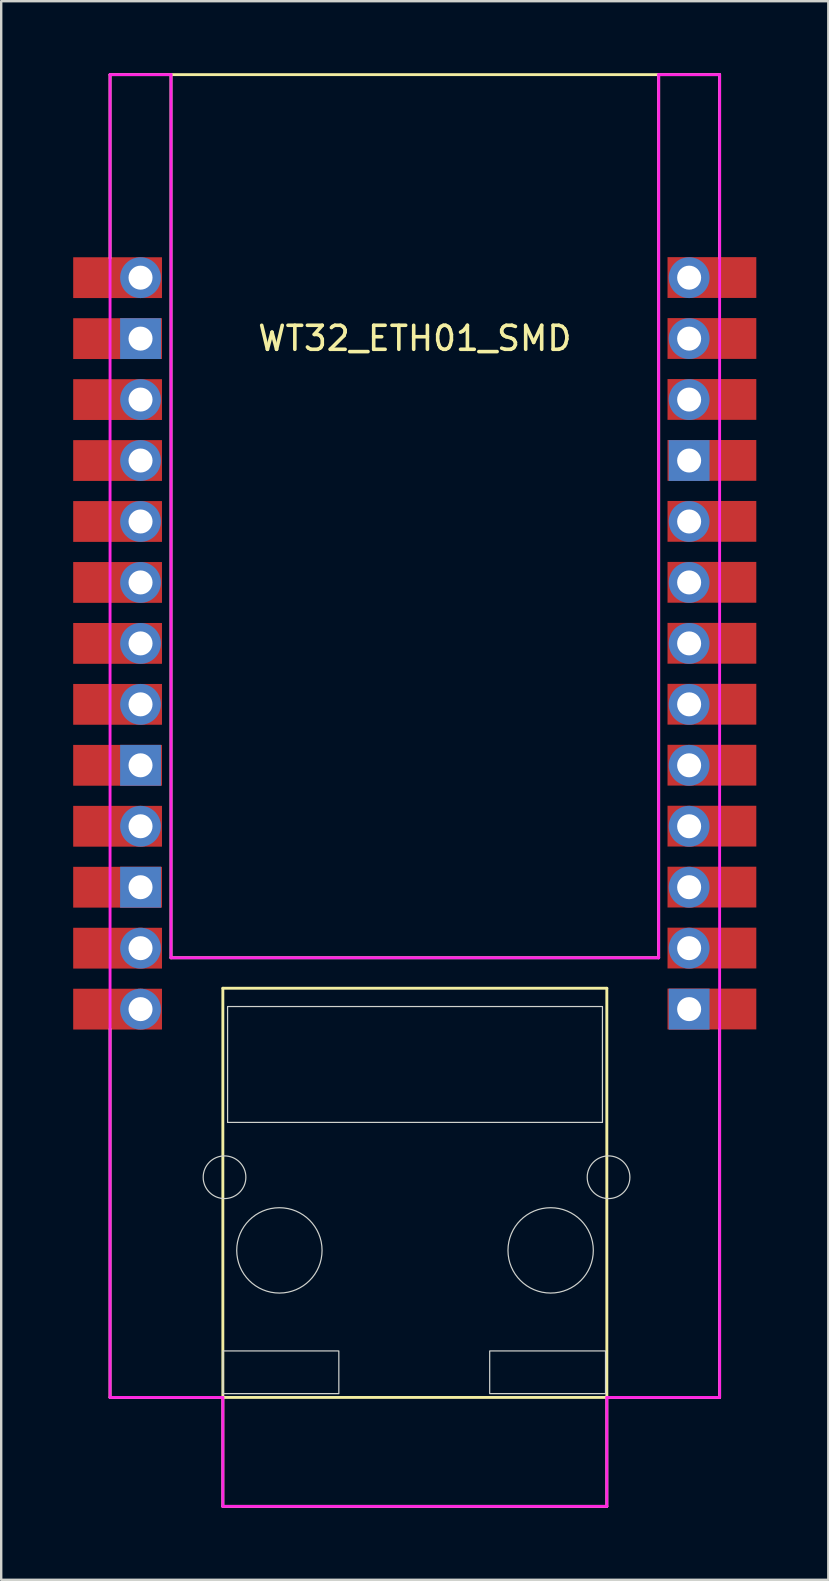
<source format=kicad_pcb>
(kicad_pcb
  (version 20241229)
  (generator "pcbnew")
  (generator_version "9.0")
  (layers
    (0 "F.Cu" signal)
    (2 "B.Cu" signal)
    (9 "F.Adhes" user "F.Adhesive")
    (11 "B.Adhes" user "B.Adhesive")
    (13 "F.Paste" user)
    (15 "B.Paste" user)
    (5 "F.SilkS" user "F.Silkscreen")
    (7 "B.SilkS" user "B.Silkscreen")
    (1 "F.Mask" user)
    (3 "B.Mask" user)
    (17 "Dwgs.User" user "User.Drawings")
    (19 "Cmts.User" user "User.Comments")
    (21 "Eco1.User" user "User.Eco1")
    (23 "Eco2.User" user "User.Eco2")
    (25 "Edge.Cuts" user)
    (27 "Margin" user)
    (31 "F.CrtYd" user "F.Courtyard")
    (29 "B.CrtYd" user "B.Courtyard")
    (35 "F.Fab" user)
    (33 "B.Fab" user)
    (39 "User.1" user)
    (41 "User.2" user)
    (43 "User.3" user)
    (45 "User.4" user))
  (footprint "WT32_ETH01_SMD"
    (layer "F.Cu")
    (at 14.942 4.73)
    (property "Reference" "WT32_ETH01_SMD" (at -0.706 6.32 0) (layer "F.SilkS") (effects (font (size 1 1) (thickness 0.15))))
    (attr through_hole)
    (fp_line (start -13.406 -4.67) (end -13.406 2.972) (stroke (width 0.12) (type default)) (layer "F.SilkS"))
    (fp_line (start -13.406 -4.67) (end 11.994 -4.67) (stroke (width 0.12) (type solid)) (layer "F.SilkS"))
    (fp_line (start -13.406 50.45) (end -13.406 35.103) (stroke (width 0.12) (type solid)) (layer "F.SilkS"))
    (fp_line (start -10.866 -4.67) (end -10.866 32.13) (stroke (width 0.12) (type solid)) (layer "F.SilkS"))
    (fp_line (start -8.706 33.4) (end -8.706 54.99) (stroke (width 0.12) (type solid)) (layer "F.SilkS"))
    (fp_line (start -8.706 33.4) (end 7.294 33.4) (stroke (width 0.12) (type solid)) (layer "F.SilkS"))
    (fp_line (start -8.706 54.99) (end 7.294 54.99) (stroke (width 0.12) (type solid)) (layer "F.SilkS"))
    (fp_line (start 7.294 33.4) (end 7.294 54.99) (stroke (width 0.12) (type solid)) (layer "F.SilkS"))
    (fp_line (start 9.454 -4.67) (end 9.454 32.13) (stroke (width 0.12) (type solid)) (layer "F.SilkS"))
    (fp_line (start 9.454 32.13) (end -10.866 32.13) (stroke (width 0.12) (type solid)) (layer "F.SilkS"))
    (fp_line (start 11.994 -4.67) (end 11.994 2.972) (stroke (width 0.12) (type default)) (layer "F.SilkS"))
    (fp_line (start 11.994 35.103) (end 11.994 50.45) (stroke (width 0.12) (type solid)) (layer "F.SilkS"))
    (fp_line (start 11.994 50.45) (end -13.406 50.45) (stroke (width 0.12) (type solid)) (layer "F.SilkS"))
    (fp_line (start -8.509 34.163) (end -8.509 38.989) (stroke (width 0.05) (type default)) (layer "Edge.Cuts"))
    (fp_line (start -8.509 38.989) (end 7.112 38.989) (stroke (width 0.05) (type default)) (layer "Edge.Cuts"))
    (fp_line (start 7.112 34.163) (end -8.509 34.163) (stroke (width 0.05) (type default)) (layer "Edge.Cuts"))
    (fp_line (start 7.112 38.989) (end 7.112 34.163) (stroke (width 0.05) (type default)) (layer "Edge.Cuts"))
    (fp_rect (start -8.7 48.514) (end -3.873 50.292) (stroke (width 0.05) (type default)) (fill no) (layer "Edge.Cuts"))
    (fp_rect (start 2.413 48.514) (end 7.239 50.292) (stroke (width 0.05) (type default)) (fill no) (layer "Edge.Cuts"))
    (fp_circle (center -8.636 41.275) (end -7.747 41.275) (stroke (width 0.05) (type default)) (fill no) (layer "Edge.Cuts"))
    (fp_circle (center -6.35 44.323) (end -6.35 42.545) (stroke (width 0.05) (type default)) (fill no) (layer "Edge.Cuts"))
    (fp_circle (center 4.953 44.323) (end 6.731 44.323) (stroke (width 0.05) (type solid)) (fill no) (layer "Edge.Cuts"))
    (fp_circle (center 7.366 41.275) (end 8.255 41.275) (stroke (width 0.05) (type default)) (fill no) (layer "Edge.Cuts"))
    (fp_line (start -13.406 50.45) (end -13.406 -4.67) (stroke (width 0.12) (type solid)) (layer "F.CrtYd"))
    (fp_line (start -10.866 -4.67) (end -13.406 -4.67) (stroke (width 0.12) (type solid)) (layer "F.CrtYd"))
    (fp_line (start -10.866 -4.67) (end -10.866 32.13) (stroke (width 0.12) (type solid)) (layer "F.CrtYd"))
    (fp_line (start -8.706 50.45) (end -13.406 50.45) (stroke (width 0.12) (type solid)) (layer "F.CrtYd"))
    (fp_line (start -8.706 50.45) (end -8.706 54.99) (stroke (width 0.12) (type solid)) (layer "F.CrtYd"))
    (fp_line (start -8.706 54.99) (end 7.294 54.99) (stroke (width 0.12) (type solid)) (layer "F.CrtYd"))
    (fp_line (start 7.294 50.45) (end 7.294 54.99) (stroke (width 0.12) (type solid)) (layer "F.CrtYd"))
    (fp_line (start 9.454 -4.67) (end 9.454 32.13) (stroke (width 0.12) (type solid)) (layer "F.CrtYd"))
    (fp_line (start 9.454 -4.67) (end 11.994 -4.67) (stroke (width 0.12) (type solid)) (layer "F.CrtYd"))
    (fp_line (start 9.454 32.13) (end -10.866 32.13) (stroke (width 0.12) (type solid)) (layer "F.CrtYd"))
    (fp_line (start 11.994 -4.67) (end 11.994 50.45) (stroke (width 0.12) (type solid)) (layer "F.CrtYd"))
    (fp_line (start 11.994 50.45) (end 7.294 50.45) (stroke (width 0.12) (type solid)) (layer "F.CrtYd"))
    (pad "1" smd rect (at -12.192 3.79) (size 3.7 1.7) (drill (offset -0.9 0)) (layers "F.Cu" "F.Mask"))
    (pad "1" thru_hole circle (at -12.136 3.79) (size 1.7 1.7) (drill 1) (layers "*.Cu" "*.Mask"))
    (pad "2" smd rect (at -12.192 6.33) (size 3.7 1.7) (drill (offset -0.9 0)) (layers "F.Cu" "F.Mask"))
    (pad "2" thru_hole rect (at -12.136 6.33) (size 1.7 1.7) (drill 1) (layers "*.Cu" "*.Mask"))
    (pad "3" smd rect (at -12.192 8.87) (size 3.7 1.7) (drill (offset -0.9 0)) (layers "F.Cu" "F.Mask"))
    (pad "3" thru_hole circle (at -12.136 8.87) (size 1.7 1.7) (drill 1) (layers "*.Cu" "*.Mask"))
    (pad "4" smd rect (at -12.192 11.41) (size 3.7 1.7) (drill (offset -0.9 0)) (layers "F.Cu" "F.Mask"))
    (pad "4" thru_hole circle (at -12.136 11.41) (size 1.7 1.7) (drill 1) (layers "*.Cu" "*.Mask"))
    (pad "5" smd rect (at -12.192 13.95) (size 3.7 1.7) (drill (offset -0.9 0)) (layers "F.Cu" "F.Mask"))
    (pad "5" thru_hole circle (at -12.136 13.95) (size 1.7 1.7) (drill 1) (layers "*.Cu" "*.Mask"))
    (pad "6" smd rect (at -12.192 16.49) (size 3.7 1.7) (drill (offset -0.9 0)) (layers "F.Cu" "F.Mask"))
    (pad "6" thru_hole circle (at -12.136 16.49) (size 1.7 1.7) (drill 1) (layers "*.Cu" "*.Mask"))
    (pad "7" smd rect (at -12.192 19.03) (size 3.7 1.7) (drill (offset -0.9 0)) (layers "F.Cu" "F.Mask"))
    (pad "7" thru_hole circle (at -12.136 19.03) (size 1.7 1.7) (drill 1) (layers "*.Cu" "*.Mask"))
    (pad "8" smd rect (at -12.192 21.57) (size 3.7 1.7) (drill (offset -0.9 0)) (layers "F.Cu" "F.Mask"))
    (pad "8" thru_hole circle (at -12.136 21.57) (size 1.7 1.7) (drill 1) (layers "*.Cu" "*.Mask"))
    (pad "9" smd rect (at -12.192 24.11) (size 3.7 1.7) (drill (offset -0.9 0)) (layers "F.Cu" "F.Mask"))
    (pad "9" thru_hole rect (at -12.136 24.11) (size 1.7 1.7) (drill 1) (layers "*.Cu" "*.Mask"))
    (pad "10" smd rect (at -12.192 26.65) (size 3.7 1.7) (drill (offset -0.9 0)) (layers "F.Cu" "F.Mask"))
    (pad "10" thru_hole circle (at -12.136 26.65) (size 1.7 1.7) (drill 1) (layers "*.Cu" "*.Mask"))
    (pad "11" smd rect (at -12.192 29.19) (size 3.7 1.7) (drill (offset -0.9 0)) (layers "F.Cu" "F.Mask"))
    (pad "11" thru_hole rect (at -12.136 29.19) (size 1.7 1.7) (drill 1) (layers "*.Cu" "*.Mask"))
    (pad "12" smd rect (at -12.192 31.73) (size 3.7 1.7) (drill (offset -0.9 0)) (layers "F.Cu" "F.Mask"))
    (pad "12" thru_hole circle (at -12.136 31.73) (size 1.7 1.7) (drill 1) (layers "*.Cu" "*.Mask"))
    (pad "13" smd rect (at -12.192 34.27) (size 3.7 1.7) (drill (offset -0.9 0)) (layers "F.Cu" "F.Mask"))
    (pad "13" thru_hole circle (at -12.136 34.27) (size 1.7 1.7) (drill 1) (layers "*.Cu" "*.Mask"))
    (pad "14" thru_hole circle (at 10.724 3.79) (size 1.7 1.7) (drill 1) (layers "*.Cu" "*.Mask"))
    (pad "14" smd rect (at 12.573 3.785) (size 3.7 1.7) (drill (offset -0.9 0)) (layers "F.Cu" "F.Mask"))
    (pad "15" thru_hole circle (at 10.724 6.33) (size 1.7 1.7) (drill 1) (layers "*.Cu" "*.Mask"))
    (pad "15" smd rect (at 12.573 6.325) (size 3.7 1.7) (drill (offset -0.9 0)) (layers "F.Cu" "F.Mask"))
    (pad "16" thru_hole circle (at 10.724 8.87) (size 1.7 1.7) (drill 1) (layers "*.Cu" "*.Mask"))
    (pad "16" smd rect (at 12.573 8.865) (size 3.7 1.7) (drill (offset -0.9 0)) (layers "F.Cu" "F.Mask"))
    (pad "17" thru_hole rect (at 10.724 11.41) (size 1.7 1.7) (drill 1) (layers "*.Cu" "*.Mask"))
    (pad "17" smd rect (at 12.573 11.405) (size 3.7 1.7) (drill (offset -0.9 0)) (layers "F.Cu" "F.Mask"))
    (pad "18" thru_hole circle (at 10.724 13.95) (size 1.7 1.7) (drill 1) (layers "*.Cu" "*.Mask"))
    (pad "18" smd rect (at 12.573 13.945) (size 3.7 1.7) (drill (offset -0.9 0)) (layers "F.Cu" "F.Mask"))
    (pad "19" thru_hole circle (at 10.724 16.49) (size 1.7 1.7) (drill 1) (layers "*.Cu" "*.Mask"))
    (pad "19" smd rect (at 12.573 16.485) (size 3.7 1.7) (drill (offset -0.9 0)) (layers "F.Cu" "F.Mask"))
    (pad "20" thru_hole circle (at 10.724 19.03) (size 1.7 1.7) (drill 1) (layers "*.Cu" "*.Mask"))
    (pad "20" smd rect (at 12.573 19.025) (size 3.7 1.7) (drill (offset -0.9 0)) (layers "F.Cu" "F.Mask"))
    (pad "21" thru_hole circle (at 10.724 21.57) (size 1.7 1.7) (drill 1) (layers "*.Cu" "*.Mask"))
    (pad "21" smd rect (at 12.573 21.565) (size 3.7 1.7) (drill (offset -0.9 0)) (layers "F.Cu" "F.Mask"))
    (pad "22" thru_hole circle (at 10.724 24.11) (size 1.7 1.7) (drill 1) (layers "*.Cu" "*.Mask"))
    (pad "22" smd rect (at 12.573 24.105) (size 3.7 1.7) (drill (offset -0.9 0)) (layers "F.Cu" "F.Mask"))
    (pad "23" thru_hole circle (at 10.724 26.65) (size 1.7 1.7) (drill 1) (layers "*.Cu" "*.Mask"))
    (pad "23" smd rect (at 12.573 26.645) (size 3.7 1.7) (drill (offset -0.9 0)) (layers "F.Cu" "F.Mask"))
    (pad "24" thru_hole circle (at 10.724 29.19) (size 1.7 1.7) (drill 1) (layers "*.Cu" "*.Mask"))
    (pad "24" smd rect (at 12.573 29.185) (size 3.7 1.7) (drill (offset -0.9 0)) (layers "F.Cu" "F.Mask"))
    (pad "25" thru_hole circle (at 10.724 31.73) (size 1.7 1.7) (drill 1) (layers "*.Cu" "*.Mask"))
    (pad "25" smd rect (at 12.573 31.725) (size 3.7 1.7) (drill (offset -0.9 0)) (layers "F.Cu" "F.Mask"))
    (pad "26" thru_hole rect (at 10.724 34.27) (size 1.7 1.7) (drill 1) (layers "*.Cu" "*.Mask"))
    (pad "26" smd rect (at 12.573 34.265) (size 3.7 1.7) (drill (offset -0.9 0)) (layers "F.Cu" "F.Mask")))
  (gr_rect
    (start -3 -3)
    (end 31.465 62.78)
    (stroke (width 0.1) (type default))
    (fill no)
    (layer "Edge.Cuts")))
</source>
